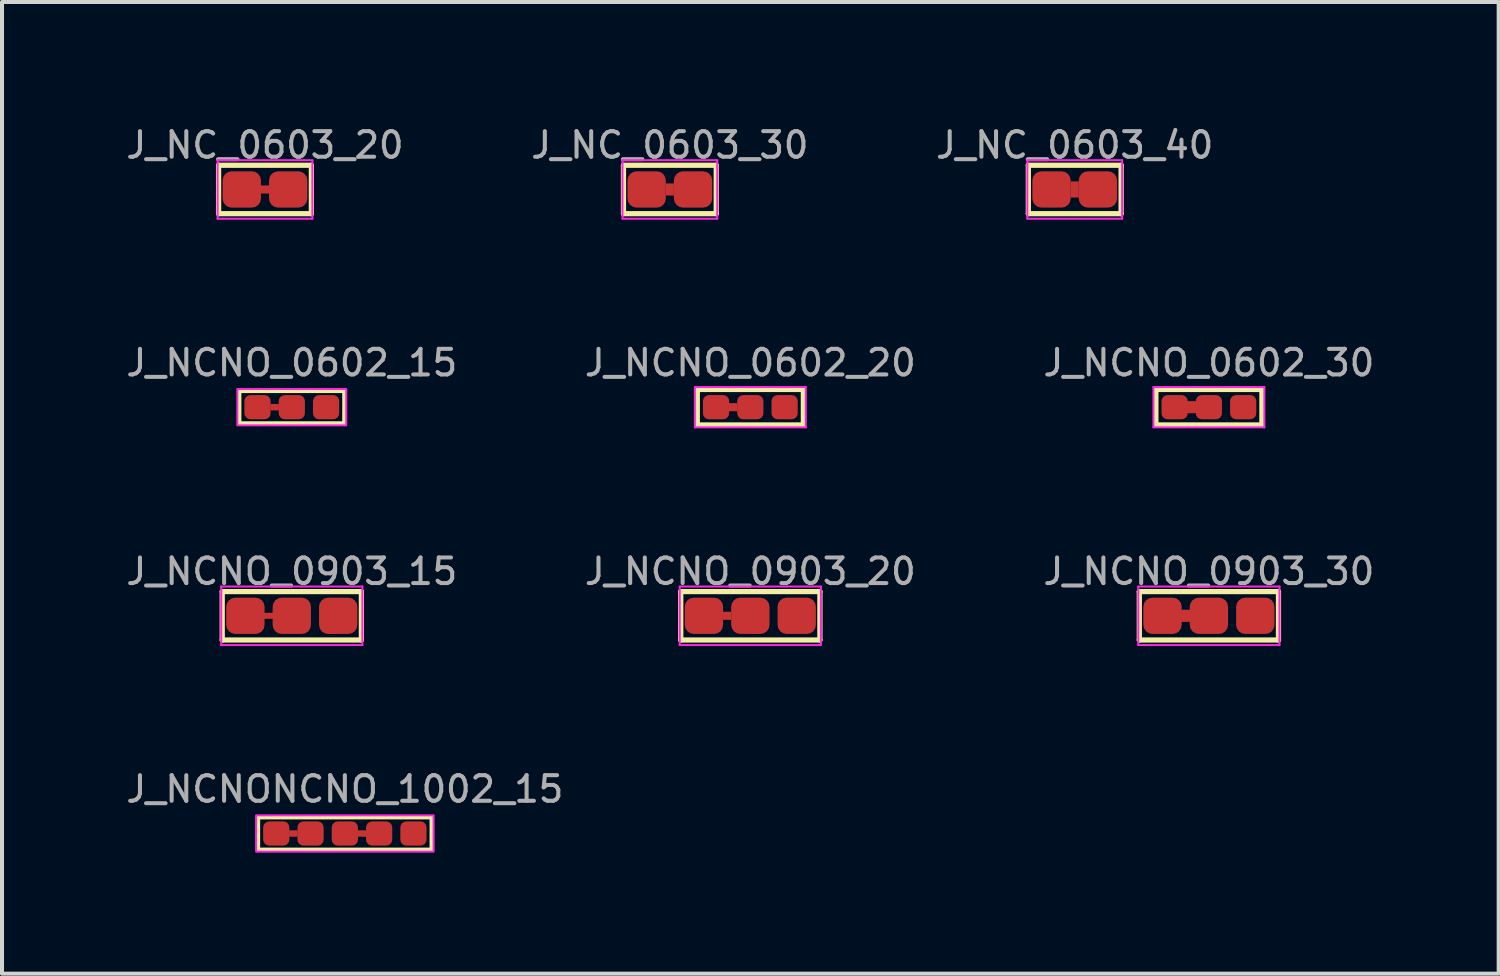
<source format=kicad_pcb>
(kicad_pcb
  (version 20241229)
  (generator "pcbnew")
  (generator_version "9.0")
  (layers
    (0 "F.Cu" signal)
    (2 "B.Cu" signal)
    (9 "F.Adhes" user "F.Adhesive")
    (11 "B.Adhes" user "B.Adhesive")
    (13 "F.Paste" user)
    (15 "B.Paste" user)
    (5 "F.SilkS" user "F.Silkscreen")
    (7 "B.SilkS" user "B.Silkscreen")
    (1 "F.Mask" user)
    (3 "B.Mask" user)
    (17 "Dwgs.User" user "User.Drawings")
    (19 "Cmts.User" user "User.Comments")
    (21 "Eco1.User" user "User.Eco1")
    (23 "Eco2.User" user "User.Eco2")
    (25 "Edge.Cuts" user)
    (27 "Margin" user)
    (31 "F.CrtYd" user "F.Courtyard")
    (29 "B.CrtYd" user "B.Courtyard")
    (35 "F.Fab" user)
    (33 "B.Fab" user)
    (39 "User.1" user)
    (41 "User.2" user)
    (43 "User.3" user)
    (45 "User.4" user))
  (footprint "J_NCNO_0602_15"
    (layer "F.Cu")
    (at 4.184 7.044)
    (property "Reference" "J_NCNO_0602_15" (at 0 -1.1 0) (layer "F.Fab") (effects (font (size 0.635 0.635) (thickness 0.1))))
    (attr exclude_from_pos_files exclude_from_bom allow_soldermask_bridges)
    (fp_rect (start -0.53 -0.08) (end -0.32 0.08) (stroke (width 0) (type solid)) (fill yes) (layer "F.Cu"))
    (fp_poly (pts (xy -0.475 -0.2) (xy -0.375 -0.2) (xy -0.375 0.2) (xy -0.475 0.2)) (stroke (width 0.15) (type solid)) (fill yes) (layer "F.Mask"))
    (fp_poly (pts (xy 0.375 -0.2) (xy 0.475 -0.2) (xy 0.475 0.2) (xy 0.375 0.2)) (stroke (width 0.15) (type solid)) (fill yes) (layer "F.Mask"))
    (fp_rect (start -1.3 -0.4) (end 1.3 0.4) (stroke (width 0.1) (type default)) (fill no) (layer "F.SilkS"))
    (fp_rect (start -1.35 -0.45) (end 1.35 0.45) (stroke (width 0.05) (type default)) (fill no) (layer "F.CrtYd"))
    (pad "1" smd roundrect (at -0.85 0) (size 0.65 0.6) (layers "F.Cu" "F.Mask") (roundrect_rratio 0.25))
    (pad "2" smd roundrect (at 0 0) (size 0.65 0.6) (layers "F.Cu" "F.Mask") (roundrect_rratio 0.25))
    (pad "3" smd roundrect (at 0.85 0) (size 0.65 0.6) (layers "F.Cu" "F.Mask") (roundrect_rratio 0.25)))
  (footprint "J_NCNO_0602_20"
    (layer "F.Cu")
    (at 15.551 7.044)
    (property "Reference" "J_NCNO_0602_20" (at 0 -1.1 0) (layer "F.Fab") (effects (font (size 0.635 0.635) (thickness 0.1))))
    (attr exclude_from_pos_files exclude_from_bom)
    (fp_rect (start -0.53 -0.1) (end -0.32 0.1) (stroke (width 0) (type solid)) (fill yes) (layer "F.Cu"))
    (fp_poly (pts (xy -0.475 -0.2) (xy -0.375 -0.2) (xy -0.375 0.2) (xy -0.475 0.2)) (stroke (width 0.15) (type solid)) (fill yes) (layer "F.Mask"))
    (fp_poly (pts (xy 0.375 -0.2) (xy 0.475 -0.2) (xy 0.475 0.2) (xy 0.375 0.2)) (stroke (width 0.15) (type solid)) (fill yes) (layer "F.Mask"))
    (fp_line (start -1.315 -0.44) (end -1.315 0.44) (stroke (width 0.13) (type solid)) (layer "F.SilkS"))
    (fp_line (start -1.315 -0.44) (end 1.315 -0.44) (stroke (width 0.13) (type solid)) (layer "F.SilkS"))
    (fp_line (start 1.315 -0.44) (end 1.315 0.44) (stroke (width 0.13) (type solid)) (layer "F.SilkS"))
    (fp_line (start 1.315 0.44) (end -1.315 0.44) (stroke (width 0.13) (type solid)) (layer "F.SilkS"))
    (fp_line (start -1.375 -0.5) (end -1.375 0.5) (stroke (width 0.05) (type solid)) (layer "F.CrtYd"))
    (fp_line (start -1.375 -0.5) (end 1.375 -0.5) (stroke (width 0.05) (type solid)) (layer "F.CrtYd"))
    (fp_line (start -1.375 0.5) (end 1.375 0.5) (stroke (width 0.05) (type solid)) (layer "F.CrtYd"))
    (fp_line (start 1.375 -0.5) (end 1.375 0.5) (stroke (width 0.05) (type solid)) (layer "F.CrtYd"))
    (pad "1" smd roundrect (at -0.85 0) (size 0.65 0.6) (layers "F.Cu" "F.Mask") (roundrect_rratio 0.25))
    (pad "2" smd roundrect (at 0 0) (size 0.65 0.6) (layers "F.Cu" "F.Mask") (roundrect_rratio 0.25))
    (pad "3" smd roundrect (at 0.85 0) (size 0.65 0.6) (layers "F.Cu" "F.Mask") (roundrect_rratio 0.25)))
  (footprint "J_NC_0603_30"
    (layer "F.Cu")
    (at 13.556 1.647)
    (property "Reference" "J_NC_0603_30" (at 0 -1.1 0) (layer "F.Fab") (effects (font (size 0.635 0.635) (thickness 0.1))))
    (attr exclude_from_pos_files exclude_from_bom allow_soldermask_bridges)
    (fp_rect (start -0.1 -0.15) (end 0.1 0.15) (stroke (width 0) (type solid)) (fill yes) (layer "F.Cu"))
    (fp_poly (pts (xy -0.05 -0.25) (xy 0.05 -0.25) (xy 0.05 0.25) (xy -0.05 0.25)) (stroke (width 0.15) (type solid)) (fill yes) (layer "F.Mask"))
    (fp_line (start -1.15 -0.6) (end -1.15 0.6) (stroke (width 0.13) (type solid)) (layer "F.SilkS"))
    (fp_line (start -1.15 -0.6) (end 1.15 -0.6) (stroke (width 0.13) (type solid)) (layer "F.SilkS"))
    (fp_line (start 1.15 -0.6) (end 1.15 0.6) (stroke (width 0.13) (type solid)) (layer "F.SilkS"))
    (fp_line (start 1.15 0.6) (end -1.15 0.6) (stroke (width 0.13) (type solid)) (layer "F.SilkS"))
    (fp_line (start -1.175 -0.725) (end -1.175 0.725) (stroke (width 0.05) (type solid)) (layer "F.CrtYd"))
    (fp_line (start -1.175 -0.725) (end 1.175 -0.725) (stroke (width 0.05) (type solid)) (layer "F.CrtYd"))
    (fp_line (start -1.175 0.725) (end 1.175 0.725) (stroke (width 0.05) (type solid)) (layer "F.CrtYd"))
    (fp_line (start 1.175 -0.725) (end 1.175 0.725) (stroke (width 0.05) (type solid)) (layer "F.CrtYd"))
    (pad "1" smd roundrect (at -0.575 0) (size 0.95 0.9) (layers "F.Cu" "F.Mask") (roundrect_rratio 0.25))
    (pad "2" smd roundrect (at 0.575 0) (size 0.95 0.9) (layers "F.Cu" "F.Mask") (roundrect_rratio 0.25)))
  (footprint "J_NCNO_0903_20"
    (layer "F.Cu")
    (at 15.551 12.216)
    (property "Reference" "J_NCNO_0903_20" (at 0 -1.1 0) (layer "F.Fab") (effects (font (size 0.635 0.635) (thickness 0.1))))
    (attr exclude_from_pos_files exclude_from_bom)
    (fp_rect (start -0.68 -0.1) (end -0.47 0.1) (stroke (width 0) (type solid)) (fill yes) (layer "F.Cu"))
    (fp_poly (pts (xy -0.625 -0.25) (xy -0.525 -0.25) (xy -0.525 0.25) (xy -0.625 0.25)) (stroke (width 0.15) (type solid)) (fill yes) (layer "F.Mask"))
    (fp_poly (pts (xy 0.525 -0.25) (xy 0.625 -0.25) (xy 0.625 0.25) (xy 0.525 0.25)) (stroke (width 0.15) (type solid)) (fill yes) (layer "F.Mask"))
    (fp_line (start -1.725 -0.6) (end -1.725 0.6) (stroke (width 0.13) (type solid)) (layer "F.SilkS"))
    (fp_line (start -1.725 -0.6) (end 1.725 -0.6) (stroke (width 0.13) (type solid)) (layer "F.SilkS"))
    (fp_line (start 1.725 -0.6) (end 1.725 0.6) (stroke (width 0.13) (type solid)) (layer "F.SilkS"))
    (fp_line (start 1.725 0.6) (end -1.725 0.6) (stroke (width 0.13) (type solid)) (layer "F.SilkS"))
    (fp_line (start -1.75 -0.725) (end -1.75 0.725) (stroke (width 0.05) (type solid)) (layer "F.CrtYd"))
    (fp_line (start -1.75 -0.725) (end 1.75 -0.725) (stroke (width 0.05) (type solid)) (layer "F.CrtYd"))
    (fp_line (start -1.75 0.725) (end 1.75 0.725) (stroke (width 0.05) (type solid)) (layer "F.CrtYd"))
    (fp_line (start 1.75 -0.725) (end 1.75 0.725) (stroke (width 0.05) (type solid)) (layer "F.CrtYd"))
    (pad "1" smd roundrect (at -1.15 0) (size 0.95 0.9) (layers "F.Cu" "F.Mask") (roundrect_rratio 0.25))
    (pad "2" smd roundrect (at 0 0) (size 0.95 0.9) (layers "F.Cu" "F.Mask") (roundrect_rratio 0.25))
    (pad "3" smd roundrect (at 1.15 0) (size 0.95 0.9) (layers "F.Cu" "F.Mask") (roundrect_rratio 0.25)))
  (footprint "J_NCNO_0903_15"
    (layer "F.Cu")
    (at 4.184 12.216)
    (property "Reference" "J_NCNO_0903_15" (at 0 -1.1 0) (layer "F.Fab") (effects (font (size 0.635 0.635) (thickness 0.1))))
    (attr smd)
    (fp_line (start -0.775 0) (end -0.375 0) (stroke (width 0.15) (type solid)) (layer "F.Cu"))
    (fp_poly (pts (xy -0.625 -0.25) (xy -0.525 -0.25) (xy -0.525 0.25) (xy -0.625 0.25)) (stroke (width 0.15) (type solid)) (fill yes) (layer "F.Mask"))
    (fp_poly (pts (xy 0.525 -0.25) (xy 0.625 -0.25) (xy 0.625 0.25) (xy 0.525 0.25)) (stroke (width 0.15) (type solid)) (fill yes) (layer "F.Mask"))
    (fp_line (start -1.725 -0.6) (end -1.725 0.6) (stroke (width 0.13) (type solid)) (layer "F.SilkS"))
    (fp_line (start -1.725 -0.6) (end 1.725 -0.6) (stroke (width 0.13) (type solid)) (layer "F.SilkS"))
    (fp_line (start 1.725 -0.6) (end 1.725 0.6) (stroke (width 0.13) (type solid)) (layer "F.SilkS"))
    (fp_line (start 1.725 0.6) (end -1.725 0.6) (stroke (width 0.13) (type solid)) (layer "F.SilkS"))
    (fp_line (start -1.75 -0.725) (end -1.75 0.725) (stroke (width 0.05) (type solid)) (layer "F.CrtYd"))
    (fp_line (start -1.75 -0.725) (end 1.75 -0.725) (stroke (width 0.05) (type solid)) (layer "F.CrtYd"))
    (fp_line (start -1.75 0.725) (end 1.75 0.725) (stroke (width 0.05) (type solid)) (layer "F.CrtYd"))
    (fp_line (start 1.75 -0.725) (end 1.75 0.725) (stroke (width 0.05) (type solid)) (layer "F.CrtYd"))
    (pad "1" smd roundrect (at -1.15 0) (size 0.95 0.9) (layers "F.Cu" "F.Mask" "F.Paste") (roundrect_rratio 0.25))
    (pad "2" smd roundrect (at 0 0) (size 0.95 0.9) (layers "F.Cu" "F.Mask" "F.Paste") (roundrect_rratio 0.25))
    (pad "3" smd roundrect (at 1.15 0) (size 0.95 0.9) (layers "F.Cu" "F.Mask" "F.Paste") (roundrect_rratio 0.25)))
  (footprint "J_NCNO_0602_30"
    (layer "F.Cu")
    (at 26.919 7.044)
    (property "Reference" "J_NCNO_0602_30" (at 0 -1.1 0) (layer "F.Fab") (effects (font (size 0.635 0.635) (thickness 0.1))))
    (attr exclude_from_pos_files exclude_from_bom)
    (fp_line (start -0.525 0) (end -0.325 0) (stroke (width 0.3) (type solid)) (layer "F.Cu"))
    (fp_poly (pts (xy -0.475 -0.2) (xy -0.375 -0.2) (xy -0.375 0.2) (xy -0.475 0.2)) (stroke (width 0.15) (type solid)) (fill yes) (layer "F.Mask"))
    (fp_poly (pts (xy 0.375 -0.2) (xy 0.475 -0.2) (xy 0.475 0.2) (xy 0.375 0.2)) (stroke (width 0.15) (type solid)) (fill yes) (layer "F.Mask"))
    (fp_line (start -1.315 -0.44) (end -1.315 0.44) (stroke (width 0.13) (type solid)) (layer "F.SilkS"))
    (fp_line (start -1.315 -0.44) (end 1.315 -0.44) (stroke (width 0.13) (type solid)) (layer "F.SilkS"))
    (fp_line (start 1.315 -0.44) (end 1.315 0.44) (stroke (width 0.13) (type solid)) (layer "F.SilkS"))
    (fp_line (start 1.315 0.44) (end -1.315 0.44) (stroke (width 0.13) (type solid)) (layer "F.SilkS"))
    (fp_line (start -1.375 -0.5) (end -1.375 0.5) (stroke (width 0.05) (type solid)) (layer "F.CrtYd"))
    (fp_line (start -1.375 -0.5) (end 1.375 -0.5) (stroke (width 0.05) (type solid)) (layer "F.CrtYd"))
    (fp_line (start -1.375 0.5) (end 1.375 0.5) (stroke (width 0.05) (type solid)) (layer "F.CrtYd"))
    (fp_line (start 1.375 -0.5) (end 1.375 0.5) (stroke (width 0.05) (type solid)) (layer "F.CrtYd"))
    (pad "1" smd roundrect (at -0.85 0) (size 0.65 0.6) (layers "F.Cu" "F.Mask") (roundrect_rratio 0.25))
    (pad "2" smd roundrect (at 0 0) (size 0.65 0.6) (layers "F.Cu" "F.Mask") (roundrect_rratio 0.25))
    (pad "3" smd roundrect (at 0.85 0) (size 0.65 0.6) (layers "F.Cu" "F.Mask") (roundrect_rratio 0.25)))
  (footprint "J_NCNO_0903_30"
    (layer "F.Cu")
    (at 26.919 12.216)
    (property "Reference" "J_NCNO_0903_30" (at 0 -1.1 0) (layer "F.Fab") (effects (font (size 0.635 0.635) (thickness 0.1))))
    (attr smd)
    (fp_line (start -0.775 0) (end -0.375 0) (stroke (width 0.3) (type solid)) (layer "F.Cu"))
    (fp_poly (pts (xy -0.625 -0.25) (xy -0.525 -0.25) (xy -0.525 0.25) (xy -0.625 0.25)) (stroke (width 0.15) (type solid)) (fill yes) (layer "F.Mask"))
    (fp_poly (pts (xy 0.525 -0.25) (xy 0.625 -0.25) (xy 0.625 0.25) (xy 0.525 0.25)) (stroke (width 0.15) (type solid)) (fill yes) (layer "F.Mask"))
    (fp_line (start -1.725 -0.6) (end -1.725 0.6) (stroke (width 0.13) (type solid)) (layer "F.SilkS"))
    (fp_line (start -1.725 -0.6) (end 1.725 -0.6) (stroke (width 0.13) (type solid)) (layer "F.SilkS"))
    (fp_line (start 1.725 -0.6) (end 1.725 0.6) (stroke (width 0.13) (type solid)) (layer "F.SilkS"))
    (fp_line (start 1.725 0.6) (end -1.725 0.6) (stroke (width 0.13) (type solid)) (layer "F.SilkS"))
    (fp_line (start -1.75 -0.725) (end -1.75 0.725) (stroke (width 0.05) (type solid)) (layer "F.CrtYd"))
    (fp_line (start -1.75 -0.725) (end 1.75 -0.725) (stroke (width 0.05) (type solid)) (layer "F.CrtYd"))
    (fp_line (start -1.75 0.725) (end 1.75 0.725) (stroke (width 0.05) (type solid)) (layer "F.CrtYd"))
    (fp_line (start 1.75 -0.725) (end 1.75 0.725) (stroke (width 0.05) (type solid)) (layer "F.CrtYd"))
    (pad "1" smd roundrect (at -1.15 0) (size 0.95 0.9) (layers "F.Cu" "F.Mask" "F.Paste") (roundrect_rratio 0.25))
    (pad "2" smd roundrect (at 0 0) (size 0.95 0.9) (layers "F.Cu" "F.Mask" "F.Paste") (roundrect_rratio 0.25))
    (pad "3" smd roundrect (at 1.15 0) (size 0.95 0.9) (layers "F.Cu" "F.Mask" "F.Paste") (roundrect_rratio 0.25)))
  (footprint "J_NCNONCNO_1002_15"
    (layer "F.Cu")
    (at 5.499 17.613)
    (property "Reference" "J_NCNONCNO_1002_15" (at 0 -1.1 0) (layer "F.Fab") (effects (font (size 0.635 0.635) (thickness 0.1))))
    (attr exclude_from_pos_files exclude_from_bom allow_soldermask_bridges)
    (fp_rect (start -1.38 -0.08) (end -1.17 0.08) (stroke (width 0) (type solid)) (fill yes) (layer "F.Cu"))
    (fp_rect (start 0.32 -0.08) (end 0.53 0.08) (stroke (width 0) (type solid)) (fill yes) (layer "F.Cu"))
    (fp_poly (pts (xy -1.325 -0.2) (xy -1.225 -0.2) (xy -1.225 0.2) (xy -1.325 0.2)) (stroke (width 0.15) (type solid)) (fill yes) (layer "F.Mask"))
    (fp_poly (pts (xy -0.475 -0.2) (xy -0.375 -0.2) (xy -0.375 0.2) (xy -0.475 0.2)) (stroke (width 0.15) (type solid)) (fill yes) (layer "F.Mask"))
    (fp_poly (pts (xy 0.375 -0.2) (xy 0.475 -0.2) (xy 0.475 0.2) (xy 0.375 0.2)) (stroke (width 0.15) (type solid)) (fill yes) (layer "F.Mask"))
    (fp_poly (pts (xy 1.225 -0.2) (xy 1.325 -0.2) (xy 1.325 0.2) (xy 1.225 0.2)) (stroke (width 0.15) (type solid)) (fill yes) (layer "F.Mask"))
    (fp_rect (start -2.15 -0.4) (end 2.15 0.4) (stroke (width 0.1) (type default)) (fill no) (layer "F.SilkS"))
    (fp_rect (start -2.2 -0.45) (end 2.2 0.45) (stroke (width 0.05) (type default)) (fill no) (layer "F.CrtYd"))
    (pad "1" smd roundrect (at -1.7 0) (size 0.65 0.6) (layers "F.Cu" "F.Mask") (roundrect_rratio 0.25))
    (pad "2" smd roundrect (at -0.85 0) (size 0.65 0.6) (layers "F.Cu" "F.Mask") (roundrect_rratio 0.25))
    (pad "3" smd roundrect (at 0 0) (size 0.65 0.6) (layers "F.Cu" "F.Mask") (roundrect_rratio 0.25))
    (pad "4" smd roundrect (at 0.85 0) (size 0.65 0.6) (layers "F.Cu" "F.Mask") (roundrect_rratio 0.25))
    (pad "5" smd roundrect (at 1.7 0) (size 0.65 0.6) (layers "F.Cu" "F.Mask") (roundrect_rratio 0.25)))
  (footprint "J_NC_0603_40"
    (layer "F.Cu")
    (at 23.593 1.647)
    (property "Reference" "J_NC_0603_40" (at 0 -1.1 0) (layer "F.Fab") (effects (font (size 0.635 0.635) (thickness 0.1))))
    (attr exclude_from_pos_files exclude_from_bom allow_soldermask_bridges)
    (fp_rect (start -0.1 -0.2) (end 0.1 0.2) (stroke (width 0) (type solid)) (fill yes) (layer "F.Cu"))
    (fp_poly (pts (xy -0.05 -0.25) (xy 0.05 -0.25) (xy 0.05 0.25) (xy -0.05 0.25)) (stroke (width 0.15) (type solid)) (fill yes) (layer "F.Mask"))
    (fp_line (start -1.15 -0.6) (end -1.15 0.6) (stroke (width 0.13) (type solid)) (layer "F.SilkS"))
    (fp_line (start -1.15 -0.6) (end 1.15 -0.6) (stroke (width 0.13) (type solid)) (layer "F.SilkS"))
    (fp_line (start 1.15 -0.6) (end 1.15 0.6) (stroke (width 0.13) (type solid)) (layer "F.SilkS"))
    (fp_line (start 1.15 0.6) (end -1.15 0.6) (stroke (width 0.13) (type solid)) (layer "F.SilkS"))
    (fp_line (start -1.175 -0.725) (end -1.175 0.725) (stroke (width 0.05) (type solid)) (layer "F.CrtYd"))
    (fp_line (start -1.175 -0.725) (end 1.175 -0.725) (stroke (width 0.05) (type solid)) (layer "F.CrtYd"))
    (fp_line (start -1.175 0.725) (end 1.175 0.725) (stroke (width 0.05) (type solid)) (layer "F.CrtYd"))
    (fp_line (start 1.175 -0.725) (end 1.175 0.725) (stroke (width 0.05) (type solid)) (layer "F.CrtYd"))
    (pad "1" smd roundrect (at -0.575 0) (size 0.95 0.9) (layers "F.Cu" "F.Mask") (roundrect_rratio 0.25))
    (pad "2" smd roundrect (at 0.575 0) (size 0.95 0.9) (layers "F.Cu" "F.Mask") (roundrect_rratio 0.25)))
  (footprint "J_NC_0603_20"
    (layer "F.Cu")
    (at 3.519 1.647)
    (property "Reference" "J_NC_0603_20" (at 0 -1.1 0) (layer "F.Fab") (effects (font (size 0.635 0.635) (thickness 0.1))))
    (attr exclude_from_pos_files exclude_from_bom)
    (fp_line (start -0.2 0) (end 0.2 0) (stroke (width 0.2) (type solid)) (layer "F.Cu"))
    (fp_poly (pts (xy -0.05 -0.25) (xy 0.05 -0.25) (xy 0.05 0.25) (xy -0.05 0.25)) (stroke (width 0.15) (type solid)) (fill yes) (layer "F.Mask"))
    (fp_line (start -1.15 -0.6) (end -1.15 0.6) (stroke (width 0.13) (type solid)) (layer "F.SilkS"))
    (fp_line (start -1.15 -0.6) (end 1.15 -0.6) (stroke (width 0.13) (type solid)) (layer "F.SilkS"))
    (fp_line (start 1.15 -0.6) (end 1.15 0.6) (stroke (width 0.13) (type solid)) (layer "F.SilkS"))
    (fp_line (start 1.15 0.6) (end -1.15 0.6) (stroke (width 0.13) (type solid)) (layer "F.SilkS"))
    (fp_line (start -1.175 -0.725) (end -1.175 0.725) (stroke (width 0.05) (type solid)) (layer "F.CrtYd"))
    (fp_line (start -1.175 -0.725) (end 1.175 -0.725) (stroke (width 0.05) (type solid)) (layer "F.CrtYd"))
    (fp_line (start -1.175 0.725) (end 1.175 0.725) (stroke (width 0.05) (type solid)) (layer "F.CrtYd"))
    (fp_line (start 1.175 -0.725) (end 1.175 0.725) (stroke (width 0.05) (type solid)) (layer "F.CrtYd"))
    (pad "1" smd roundrect (at -0.575 0) (size 0.95 0.9) (layers "F.Cu" "F.Mask") (roundrect_rratio 0.25))
    (pad "2" smd roundrect (at 0.575 0) (size 0.95 0.9) (layers "F.Cu" "F.Mask") (roundrect_rratio 0.25)))
  (gr_rect
    (start -3 -3)
    (end 34.103 21.088)
    (stroke (width 0.1) (type default))
    (fill no)
    (layer "Edge.Cuts")))
</source>
